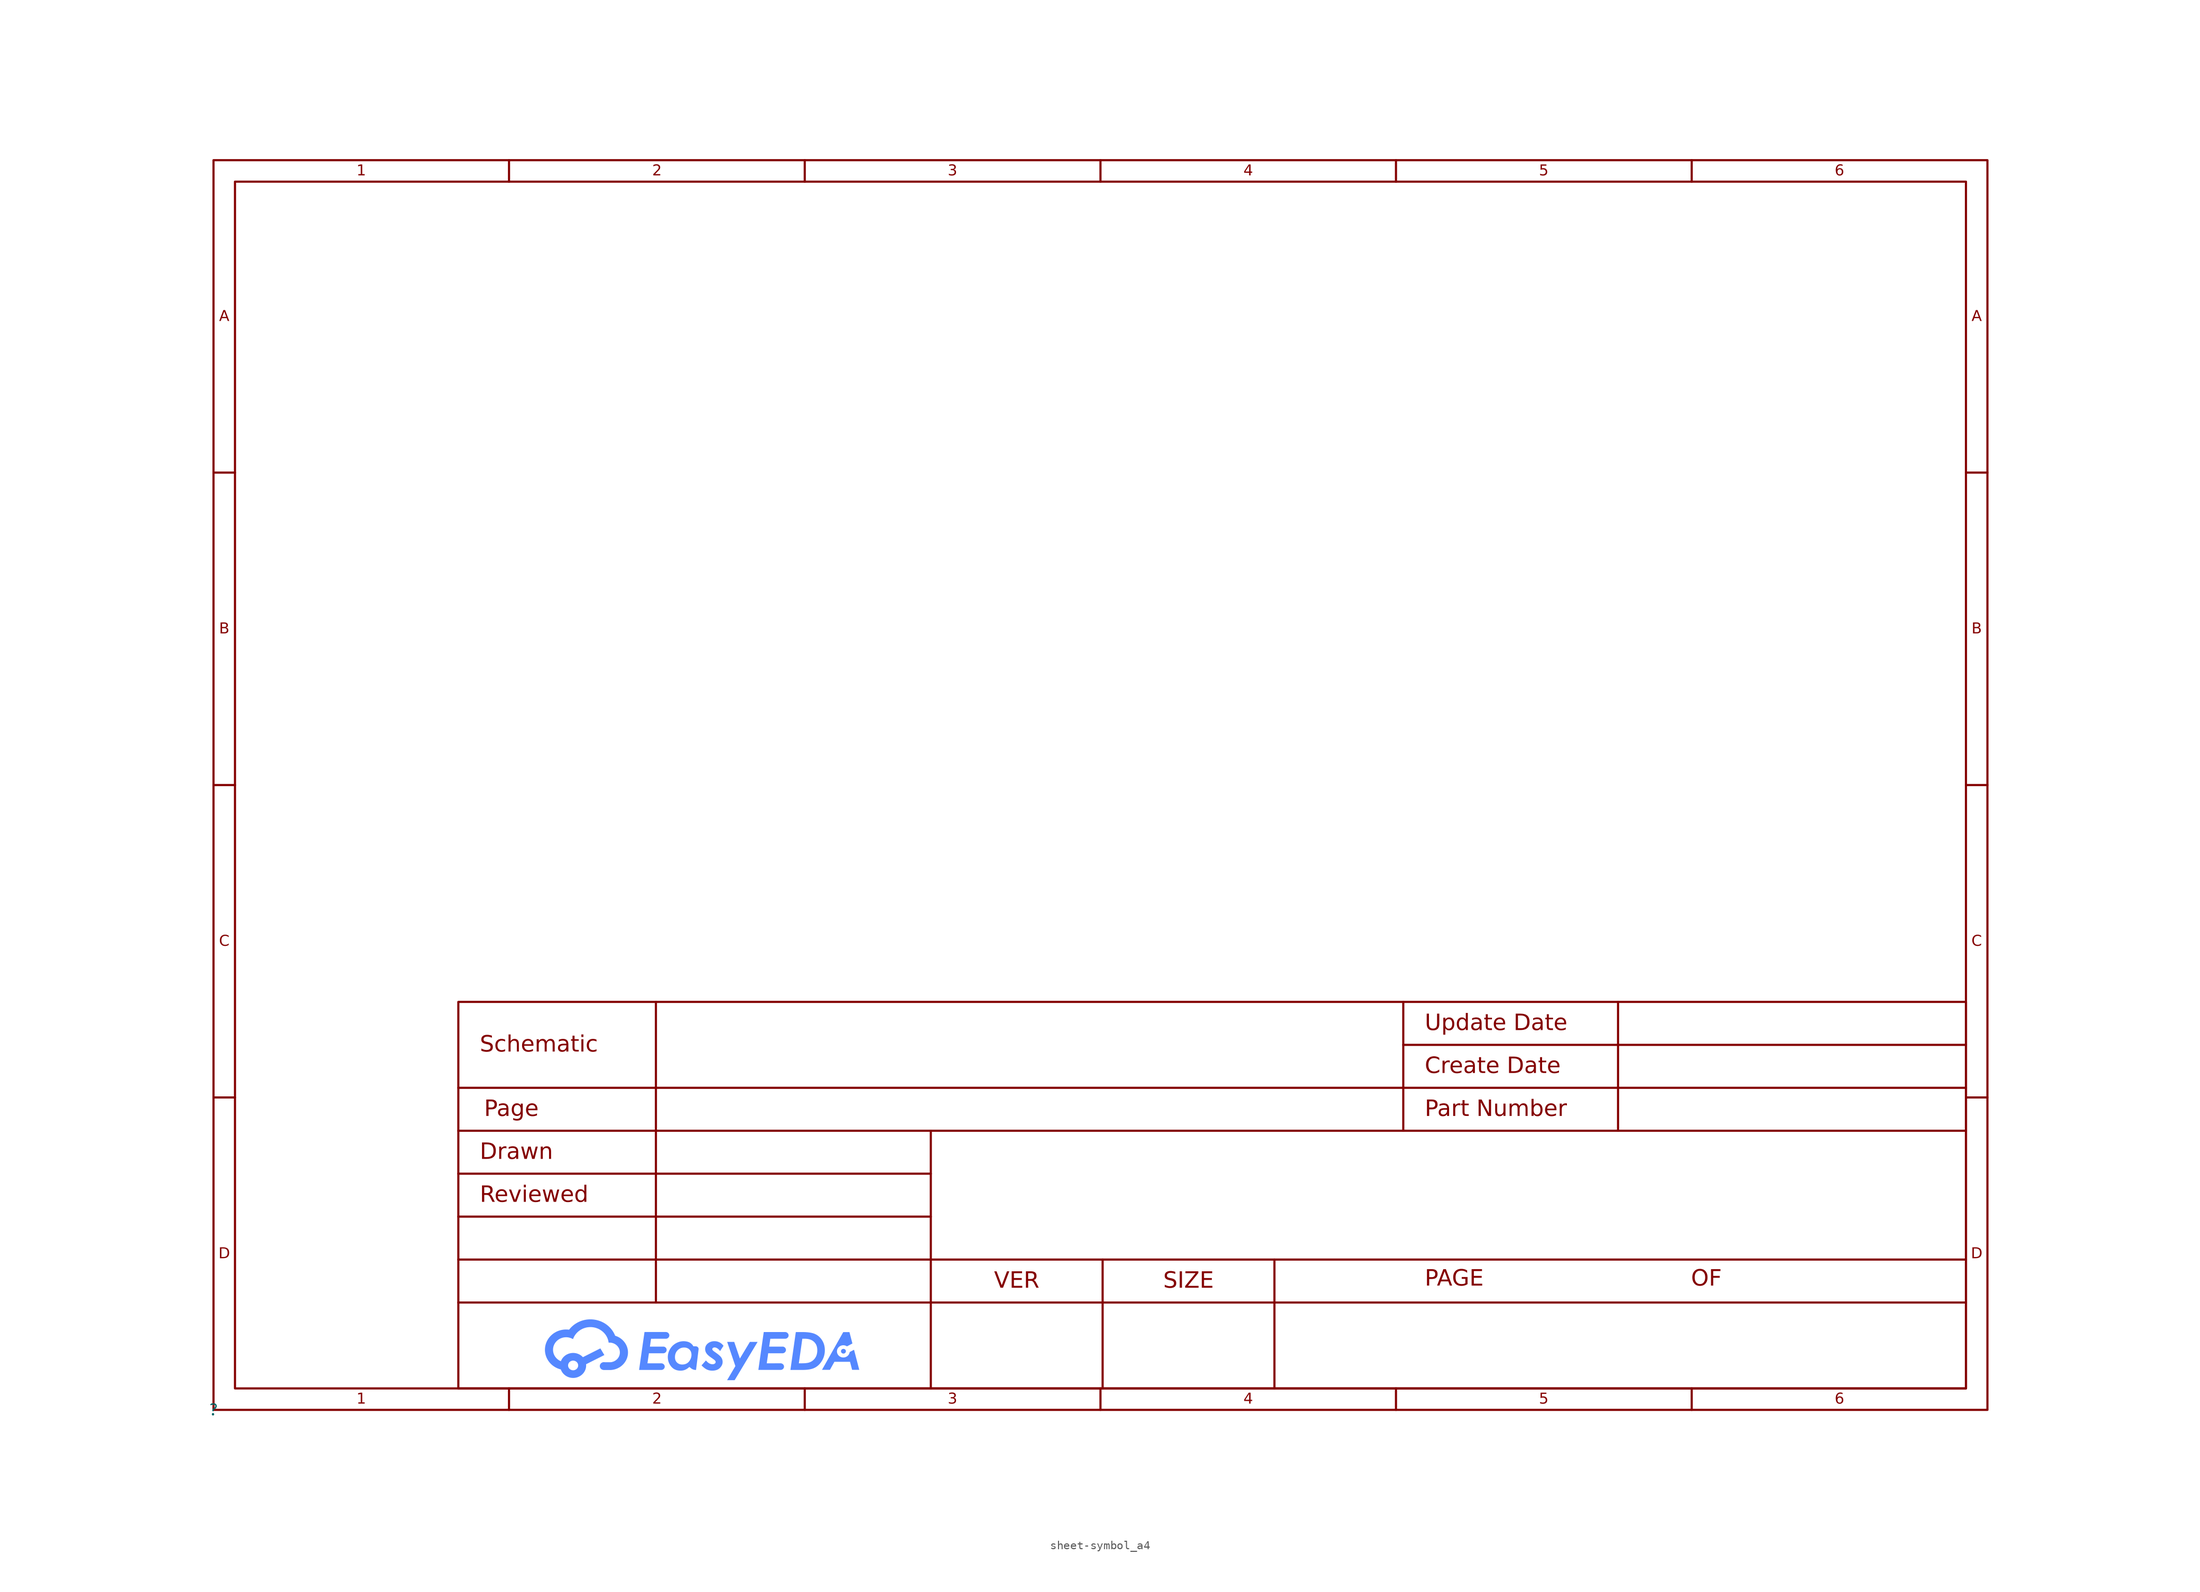
<source format=kicad_sym>
(kicad_symbol_lib
  (version 20231120)
  (generator "kicad_symbol_editor")
  (generator_version "8.0")
  (symbol "sheet-symbol_a4"
    (property "Reference" ""
      (at 0 0 0)
      (effects (font (size 1.27 1.27))))
    (property "Value" ""
      (at 0 0 0)
      (effects (font (size 1.27 1.27))))
    (symbol "sheet-symbol_a4_0_0"
      (polyline (pts (xy 62.256 6.075) (xy 63.437 8.041) (xy 64.351 8.041) (xy 61.637 3.514) (xy 60.742 3.514) (xy 61.723 5.179) (xy 60.751 8.041) (xy 61.584 8.041) (xy 62.256 6.075)) (stroke (width -0.0001) (type solid)) (fill (type color) (color 85 136 255 1)))
      (polyline (pts (xy 75.563 7.856) (xy 74.919 7.515) (xy 74.896 7.529) (xy 74.872 7.543) (xy 74.848 7.556) (xy 74.823 7.569) (xy 74.798 7.58) (xy 74.772 7.591) (xy 74.745 7.601) (xy 74.719 7.61) (xy 74.691 7.617) (xy 74.663 7.624) (xy 74.635 7.63) (xy 74.606 7.635) (xy 74.578 7.639) (xy 74.548 7.642) (xy 74.519 7.644) (xy 74.489 7.644) (xy 74.45 7.643) (xy 74.412 7.64) (xy 74.374 7.636) (xy 74.337 7.63) (xy 74.3 7.621) (xy 74.264 7.612) (xy 74.23 7.6) (xy 74.195 7.587) (xy 74.162 7.573) (xy 74.129 7.557) (xy 74.098 7.54) (xy 74.067 7.521) (xy 74.038 7.501) (xy 74.009 7.479) (xy 73.982 7.456) (xy 73.956 7.433) (xy 73.931 7.407) (xy 73.907 7.381) (xy 73.885 7.354) (xy 73.864 7.325) (xy 73.844 7.296) (xy 73.826 7.266) (xy 73.809 7.235) (xy 73.794 7.203) (xy 73.781 7.17) (xy 73.769 7.136) (xy 73.759 7.102) (xy 73.75 7.067) (xy 73.744 7.031) (xy 73.739 6.995) (xy 73.736 6.958) (xy 73.735 6.921) (xy 73.736 6.884) (xy 73.739 6.847) (xy 73.744 6.811) (xy 73.75 6.776) (xy 73.759 6.74) (xy 73.769 6.706) (xy 73.781 6.673) (xy 73.794 6.64) (xy 73.809 6.608) (xy 73.826 6.577) (xy 73.844 6.546) (xy 73.864 6.517) (xy 73.885 6.489) (xy 73.907 6.461) (xy 73.931 6.435) (xy 73.956 6.41) (xy 73.982 6.386) (xy 74.009 6.363) (xy 74.038 6.342) (xy 74.067 6.322) (xy 74.098 6.303) (xy 74.129 6.285) (xy 74.162 6.269) (xy 74.195 6.255) (xy 74.23 6.242) (xy 74.264 6.231) (xy 74.3 6.221) (xy 74.337 6.213) (xy 74.374 6.207) (xy 74.412 6.202) (xy 74.45 6.199) (xy 74.489 6.198) (xy 74.525 6.199) (xy 74.56 6.202) (xy 74.595 6.205) (xy 74.63 6.211) (xy 74.664 6.218) (xy 74.698 6.226) (xy 74.73 6.236) (xy 74.763 6.247) (xy 74.794 6.26) (xy 74.825 6.274) (xy 74.855 6.289) (xy 74.884 6.306) (xy 74.912 6.323) (xy 74.94 6.342) (xy 74.966 6.362) (xy 74.992 6.383) (xy 75.017 6.405) (xy 75.04 6.428) (xy 75.063 6.452) (xy 75.084 6.477) (xy 75.104 6.503) (xy 75.123 6.53) (xy 75.141 6.558) (xy 75.157 6.586) (xy 75.172 6.615) (xy 75.186 6.645) (xy 75.198 6.676) (xy 75.209 6.707) (xy 75.219 6.739) (xy 75.226 6.772) (xy 75.233 6.805) (xy 75.237 6.839) (xy 75.756 7.113) (xy 76.375 4.737) (xy 75.528 4.737) (xy 75.282 5.687) (xy 73.435 5.687) (xy 72.905 4.737) (xy 71.965 4.737) (xy 74.477 9.199) (xy 75.214 9.199) (xy 75.563 7.856)) (stroke (width -0.0001) (type solid)) (fill (type color) (color 85 136 255 1)))
      (polyline (pts (xy 74.517 7.218) (xy 74.532 7.216) (xy 74.547 7.215) (xy 74.561 7.212) (xy 74.575 7.209) (xy 74.589 7.205) (xy 74.603 7.201) (xy 74.616 7.196) (xy 74.629 7.191) (xy 74.641 7.184) (xy 74.653 7.178) (xy 74.665 7.17) (xy 74.676 7.163) (xy 74.687 7.154) (xy 74.698 7.146) (xy 74.708 7.136) (xy 74.718 7.127) (xy 74.727 7.117) (xy 74.736 7.106) (xy 74.744 7.095) (xy 74.751 7.084) (xy 74.758 7.072) (xy 74.765 7.06) (xy 74.77 7.048) (xy 74.776 7.035) (xy 74.78 7.022) (xy 74.784 7.009) (xy 74.787 6.995) (xy 74.79 6.981) (xy 74.792 6.968) (xy 74.793 6.953) (xy 74.793 6.939) (xy 74.793 6.925) (xy 74.792 6.911) (xy 74.79 6.897) (xy 74.787 6.883) (xy 74.784 6.869) (xy 74.78 6.856) (xy 74.776 6.843) (xy 74.77 6.83) (xy 74.765 6.818) (xy 74.758 6.806) (xy 74.751 6.795) (xy 74.744 6.783) (xy 74.736 6.772) (xy 74.727 6.762) (xy 74.718 6.752) (xy 74.708 6.742) (xy 74.698 6.733) (xy 74.687 6.724) (xy 74.676 6.716) (xy 74.665 6.708) (xy 74.653 6.701) (xy 74.641 6.694) (xy 74.629 6.688) (xy 74.616 6.682) (xy 74.603 6.677) (xy 74.589 6.673) (xy 74.575 6.669) (xy 74.561 6.666) (xy 74.547 6.663) (xy 74.532 6.662) (xy 74.517 6.66) (xy 74.502 6.66) (xy 74.488 6.66) (xy 74.473 6.662) (xy 74.458 6.663) (xy 74.444 6.666) (xy 74.43 6.669) (xy 74.416 6.673) (xy 74.403 6.677) (xy 74.389 6.682) (xy 74.376 6.688) (xy 74.364 6.694) (xy 74.352 6.701) (xy 74.34 6.708) (xy 74.329 6.716) (xy 74.318 6.724) (xy 74.307 6.733) (xy 74.297 6.742) (xy 74.287 6.752) (xy 74.278 6.762) (xy 74.27 6.772) (xy 74.261 6.783) (xy 74.254 6.795) (xy 74.247 6.806) (xy 74.24 6.818) (xy 74.235 6.83) (xy 74.23 6.843) (xy 74.225 6.856) (xy 74.221 6.869) (xy 74.218 6.883) (xy 74.215 6.897) (xy 74.213 6.911) (xy 74.212 6.925) (xy 74.212 6.939) (xy 74.212 6.953) (xy 74.213 6.968) (xy 74.215 6.981) (xy 74.218 6.995) (xy 74.221 7.009) (xy 74.225 7.022) (xy 74.23 7.035) (xy 74.235 7.048) (xy 74.24 7.06) (xy 74.247 7.072) (xy 74.254 7.084) (xy 74.261 7.095) (xy 74.27 7.106) (xy 74.278 7.117) (xy 74.287 7.127) (xy 74.297 7.136) (xy 74.307 7.146) (xy 74.318 7.154) (xy 74.329 7.163) (xy 74.34 7.17) (xy 74.352 7.178) (xy 74.364 7.184) (xy 74.376 7.191) (xy 74.389 7.196) (xy 74.403 7.201) (xy 74.416 7.205) (xy 74.43 7.209) (xy 74.444 7.212) (xy 74.458 7.215) (xy 74.473 7.216) (xy 74.488 7.218) (xy 74.502 7.218) (xy 74.517 7.218)) (stroke (width -0.0001) (type solid)) (fill (type color) (color 85 136 255 1)))
      (polyline (pts (xy 69.738 9.205) (xy 69.862 9.202) (xy 69.981 9.198) (xy 70.097 9.191) (xy 70.209 9.183) (xy 70.316 9.173) (xy 70.419 9.161) (xy 70.517 9.147) (xy 70.612 9.132) (xy 70.702 9.114) (xy 70.789 9.095) (xy 70.871 9.073) (xy 70.949 9.05) (xy 71.023 9.025) (xy 71.093 8.998) (xy 71.158 8.97) (xy 71.221 8.939) (xy 71.283 8.907) (xy 71.343 8.872) (xy 71.401 8.835) (xy 71.458 8.796) (xy 71.513 8.755) (xy 71.567 8.712) (xy 71.619 8.667) (xy 71.67 8.62) (xy 71.719 8.57) (xy 71.767 8.518) (xy 71.813 8.465) (xy 71.858 8.409) (xy 71.902 8.351) (xy 71.944 8.291) (xy 71.984 8.229) (xy 72.022 8.165) (xy 72.058 8.1) (xy 72.092 8.034) (xy 72.123 7.966) (xy 72.152 7.897) (xy 72.178 7.827) (xy 72.201 7.756) (xy 72.223 7.684) (xy 72.241 7.61) (xy 72.257 7.535) (xy 72.271 7.459) (xy 72.282 7.382) (xy 72.291 7.304) (xy 72.297 7.224) (xy 72.301 7.144) (xy 72.302 7.062) (xy 72.301 6.977) (xy 72.297 6.894) (xy 72.291 6.811) (xy 72.282 6.729) (xy 72.27 6.648) (xy 72.255 6.568) (xy 72.238 6.489) (xy 72.219 6.41) (xy 72.196 6.333) (xy 72.171 6.256) (xy 72.144 6.181) (xy 72.113 6.106) (xy 72.08 6.032) (xy 72.045 5.958) (xy 72.006 5.886) (xy 71.965 5.814) (xy 71.922 5.745) (xy 71.878 5.678) (xy 71.832 5.613) (xy 71.785 5.551) (xy 71.736 5.49) (xy 71.686 5.433) (xy 71.635 5.377) (xy 71.582 5.324) (xy 71.528 5.274) (xy 71.473 5.226) (xy 71.416 5.18) (xy 71.358 5.136) (xy 71.298 5.095) (xy 71.237 5.057) (xy 71.175 5.021) (xy 71.112 4.987) (xy 71.046 4.955) (xy 70.977 4.926) (xy 70.905 4.898) (xy 70.83 4.872) (xy 70.752 4.849) (xy 70.67 4.828) (xy 70.586 4.808) (xy 70.498 4.791) (xy 70.407 4.776) (xy 70.313 4.762) (xy 70.216 4.751) (xy 70.116 4.742) (xy 70.013 4.735) (xy 69.906 4.73) (xy 69.797 4.727) (xy 69.684 4.726) (xy 68.233 4.726) (xy 68.344 5.509) (xy 69.228 5.509) (xy 69.516 5.509) (xy 69.677 5.511) (xy 69.826 5.516) (xy 69.897 5.519) (xy 69.964 5.524) (xy 70.029 5.529) (xy 70.091 5.536) (xy 70.149 5.543) (xy 70.205 5.551) (xy 70.259 5.559) (xy 70.309 5.569) (xy 70.356 5.58) (xy 70.401 5.591) (xy 70.443 5.603) (xy 70.482 5.616) (xy 70.533 5.636) (xy 70.584 5.657) (xy 70.633 5.68) (xy 70.68 5.705) (xy 70.727 5.731) (xy 70.772 5.76) (xy 70.816 5.79) (xy 70.859 5.822) (xy 70.9 5.855) (xy 70.94 5.89) (xy 70.979 5.927) (xy 71.016 5.965) (xy 71.052 6.005) (xy 71.088 6.047) (xy 71.121 6.091) (xy 71.154 6.136) (xy 71.184 6.183) (xy 71.213 6.231) (xy 71.24 6.28) (xy 71.265 6.331) (xy 71.288 6.383) (xy 71.309 6.437) (xy 71.328 6.492) (xy 71.344 6.548) (xy 71.359 6.606) (xy 71.372 6.665) (xy 71.383 6.725) (xy 71.392 6.787) (xy 71.4 6.85) (xy 71.405 6.914) (xy 71.408 6.979) (xy 71.409 7.046) (xy 71.409 7.101) (xy 71.407 7.155) (xy 71.403 7.208) (xy 71.398 7.26) (xy 71.392 7.31) (xy 71.384 7.359) (xy 71.375 7.408) (xy 71.364 7.455) (xy 71.353 7.501) (xy 71.339 7.546) (xy 71.325 7.589) (xy 71.308 7.632) (xy 71.291 7.673) (xy 71.272 7.714) (xy 71.252 7.753) (xy 71.23 7.791) (xy 71.207 7.829) (xy 71.183 7.865) (xy 71.157 7.899) (xy 71.131 7.933) (xy 71.103 7.966) (xy 71.075 7.998) (xy 71.045 8.028) (xy 71.014 8.058) (xy 70.982 8.086) (xy 70.949 8.114) (xy 70.914 8.14) (xy 70.879 8.165) (xy 70.842 8.189) (xy 70.805 8.213) (xy 70.766 8.235) (xy 70.726 8.256) (xy 70.684 8.275) (xy 70.641 8.294) (xy 70.597 8.311) (xy 70.55 8.327) (xy 70.502 8.342) (xy 70.452 8.355) (xy 70.4 8.367) (xy 70.347 8.378) (xy 70.292 8.387) (xy 70.236 8.396) (xy 70.177 8.403) (xy 70.118 8.408) (xy 70.056 8.413) (xy 69.992 8.416) (xy 69.927 8.418) (xy 69.861 8.418) (xy 69.64 8.418) (xy 69.228 5.509) (xy 68.344 5.509) (xy 68.87 9.206) (xy 69.609 9.206) (xy 69.738 9.205)) (stroke (width -0.0001) (type solid)) (fill (type color) (color 85 136 255 1)))
      (polyline (pts (xy 53.517 9.21) (xy 53.538 9.209) (xy 53.558 9.206) (xy 53.579 9.203) (xy 53.599 9.198) (xy 53.618 9.193) (xy 53.638 9.186) (xy 53.656 9.179) (xy 53.675 9.171) (xy 53.692 9.162) (xy 53.71 9.153) (xy 53.727 9.143) (xy 53.743 9.132) (xy 53.758 9.12) (xy 53.773 9.107) (xy 53.788 9.094) (xy 53.802 9.08) (xy 53.815 9.066) (xy 53.827 9.051) (xy 53.839 9.035) (xy 53.849 9.019) (xy 53.859 9.002) (xy 53.868 8.985) (xy 53.877 8.968) (xy 53.884 8.95) (xy 53.891 8.931) (xy 53.896 8.912) (xy 53.901 8.893) (xy 53.905 8.874) (xy 53.907 8.854) (xy 53.909 8.834) (xy 53.909 8.813) (xy 53.909 8.793) (xy 53.907 8.773) (xy 53.905 8.753) (xy 53.901 8.733) (xy 53.896 8.714) (xy 53.891 8.695) (xy 53.884 8.677) (xy 53.877 8.659) (xy 53.868 8.642) (xy 53.859 8.624) (xy 53.849 8.608) (xy 53.839 8.592) (xy 53.827 8.576) (xy 53.815 8.561) (xy 53.802 8.547) (xy 53.788 8.533) (xy 53.773 8.52) (xy 53.758 8.507) (xy 53.743 8.495) (xy 53.727 8.484) (xy 53.71 8.474) (xy 53.692 8.464) (xy 53.675 8.456) (xy 53.656 8.447) (xy 53.638 8.44) (xy 53.618 8.434) (xy 53.599 8.429) (xy 53.579 8.424) (xy 53.558 8.421) (xy 53.538 8.418) (xy 53.517 8.417) (xy 53.495 8.416) (xy 51.749 8.414) (xy 51.614 7.484) (xy 53.251 7.484) (xy 53.269 7.48) (xy 53.287 7.476) (xy 53.305 7.471) (xy 53.322 7.466) (xy 53.339 7.46) (xy 53.355 7.453) (xy 53.372 7.445) (xy 53.387 7.437) (xy 53.403 7.428) (xy 53.417 7.419) (xy 53.432 7.409) (xy 53.446 7.398) (xy 53.459 7.387) (xy 53.472 7.375) (xy 53.484 7.363) (xy 53.496 7.35) (xy 53.507 7.337) (xy 53.518 7.323) (xy 53.528 7.309) (xy 53.537 7.294) (xy 53.545 7.279) (xy 53.553 7.264) (xy 53.561 7.248) (xy 53.567 7.232) (xy 53.573 7.215) (xy 53.578 7.198) (xy 53.582 7.181) (xy 53.586 7.163) (xy 53.588 7.146) (xy 53.59 7.128) (xy 53.591 7.109) (xy 53.591 7.091) (xy 53.59 7.07) (xy 53.589 7.05) (xy 53.586 7.03) (xy 53.582 7.011) (xy 53.578 6.992) (xy 53.572 6.973) (xy 53.566 6.955) (xy 53.558 6.936) (xy 53.55 6.919) (xy 53.541 6.902) (xy 53.531 6.885) (xy 53.52 6.869) (xy 53.508 6.854) (xy 53.496 6.838) (xy 53.483 6.824) (xy 53.469 6.81) (xy 53.455 6.797) (xy 53.44 6.785) (xy 53.424 6.773) (xy 53.408 6.762) (xy 53.391 6.751) (xy 53.374 6.742) (xy 53.356 6.733) (xy 53.338 6.725) (xy 53.319 6.718) (xy 53.3 6.712) (xy 53.28 6.706) (xy 53.26 6.702) (xy 53.24 6.698) (xy 53.219 6.696) (xy 53.198 6.694) (xy 53.177 6.694) (xy 51.495 6.696) (xy 51.323 5.507) (xy 52.956 5.509) (xy 52.977 5.508) (xy 52.998 5.507) (xy 53.018 5.504) (xy 53.038 5.501) (xy 53.058 5.496) (xy 53.077 5.491) (xy 53.096 5.485) (xy 53.115 5.478) (xy 53.133 5.47) (xy 53.151 5.461) (xy 53.168 5.452) (xy 53.184 5.442) (xy 53.201 5.431) (xy 53.216 5.419) (xy 53.231 5.407) (xy 53.245 5.394) (xy 53.259 5.38) (xy 53.272 5.366) (xy 53.284 5.351) (xy 53.295 5.335) (xy 53.306 5.319) (xy 53.316 5.303) (xy 53.325 5.286) (xy 53.333 5.269) (xy 53.34 5.251) (xy 53.347 5.233) (xy 53.352 5.214) (xy 53.357 5.195) (xy 53.361 5.176) (xy 53.363 5.156) (xy 53.365 5.136) (xy 53.365 5.116) (xy 53.365 5.096) (xy 53.363 5.077) (xy 53.361 5.058) (xy 53.357 5.039) (xy 53.353 5.02) (xy 53.347 5.002) (xy 53.341 4.984) (xy 53.334 4.966) (xy 53.326 4.949) (xy 53.317 4.933) (xy 53.307 4.916) (xy 53.297 4.901) (xy 53.286 4.885) (xy 53.274 4.871) (xy 53.261 4.856) (xy 53.248 4.843) (xy 53.234 4.83) (xy 53.22 4.818) (xy 53.205 4.806) (xy 53.189 4.795) (xy 53.173 4.785) (xy 53.156 4.775) (xy 53.139 4.767) (xy 53.121 4.759) (xy 53.103 4.752) (xy 53.084 4.745) (xy 53.065 4.74) (xy 53.046 4.735) (xy 53.026 4.731) (xy 53.006 4.728) (xy 52.986 4.726) (xy 52.965 4.726) (xy 50.333 4.726) (xy 50.974 9.211) (xy 53.495 9.211) (xy 53.517 9.21)) (stroke (width -0.0001) (type solid)) (fill (type color) (color 85 136 255 1)))
      (polyline (pts (xy 67.619 9.208) (xy 67.64 9.206) (xy 67.661 9.204) (xy 67.682 9.2) (xy 67.702 9.196) (xy 67.722 9.19) (xy 67.741 9.184) (xy 67.76 9.177) (xy 67.778 9.169) (xy 67.796 9.16) (xy 67.813 9.151) (xy 67.83 9.14) (xy 67.847 9.129) (xy 67.862 9.118) (xy 67.877 9.105) (xy 67.892 9.092) (xy 67.906 9.078) (xy 67.919 9.064) (xy 67.931 9.049) (xy 67.943 9.034) (xy 67.954 9.017) (xy 67.964 9.001) (xy 67.973 8.984) (xy 67.981 8.966) (xy 67.989 8.948) (xy 67.996 8.93) (xy 68.002 8.912) (xy 68.007 8.893) (xy 68.01 8.873) (xy 68.013 8.854) (xy 68.016 8.834) (xy 68.016 8.813) (xy 68.016 8.793) (xy 68.014 8.773) (xy 68.012 8.753) (xy 68.008 8.733) (xy 68.003 8.714) (xy 67.998 8.695) (xy 67.991 8.677) (xy 67.984 8.659) (xy 67.975 8.642) (xy 67.966 8.624) (xy 67.956 8.608) (xy 67.946 8.592) (xy 67.934 8.576) (xy 67.922 8.561) (xy 67.909 8.547) (xy 67.895 8.533) (xy 67.881 8.52) (xy 67.865 8.507) (xy 67.85 8.495) (xy 67.834 8.484) (xy 67.817 8.474) (xy 67.799 8.464) (xy 67.782 8.456) (xy 67.763 8.447) (xy 67.745 8.44) (xy 67.725 8.434) (xy 67.706 8.429) (xy 67.686 8.424) (xy 67.665 8.421) (xy 67.645 8.418) (xy 67.624 8.417) (xy 67.603 8.416) (xy 65.856 8.414) (xy 65.721 7.484) (xy 67.358 7.484) (xy 67.376 7.48) (xy 67.394 7.476) (xy 67.412 7.471) (xy 67.429 7.466) (xy 67.446 7.46) (xy 67.463 7.453) (xy 67.479 7.445) (xy 67.495 7.437) (xy 67.51 7.428) (xy 67.525 7.419) (xy 67.539 7.409) (xy 67.553 7.398) (xy 67.567 7.387) (xy 67.579 7.375) (xy 67.592 7.363) (xy 67.604 7.35) (xy 67.615 7.337) (xy 67.626 7.323) (xy 67.636 7.309) (xy 67.645 7.295) (xy 67.654 7.28) (xy 67.662 7.264) (xy 67.669 7.249) (xy 67.676 7.232) (xy 67.682 7.216) (xy 67.688 7.199) (xy 67.692 7.182) (xy 67.696 7.165) (xy 67.699 7.147) (xy 67.701 7.129) (xy 67.702 7.111) (xy 67.703 7.093) (xy 67.702 7.073) (xy 67.7 7.053) (xy 67.698 7.033) (xy 67.694 7.013) (xy 67.689 6.994) (xy 67.684 6.975) (xy 67.677 6.957) (xy 67.67 6.939) (xy 67.662 6.921) (xy 67.652 6.904) (xy 67.642 6.887) (xy 67.632 6.871) (xy 67.62 6.856) (xy 67.608 6.841) (xy 67.595 6.826) (xy 67.581 6.812) (xy 67.567 6.799) (xy 67.552 6.787) (xy 67.536 6.775) (xy 67.52 6.764) (xy 67.503 6.753) (xy 67.486 6.744) (xy 67.468 6.735) (xy 67.449 6.727) (xy 67.431 6.72) (xy 67.411 6.714) (xy 67.392 6.708) (xy 67.372 6.704) (xy 67.351 6.7) (xy 67.331 6.698) (xy 67.31 6.696) (xy 67.288 6.696) (xy 65.605 6.698) (xy 65.433 5.509) (xy 67.065 5.511) (xy 67.086 5.511) (xy 67.107 5.509) (xy 67.127 5.506) (xy 67.148 5.503) (xy 67.167 5.499) (xy 67.187 5.493) (xy 67.206 5.487) (xy 67.224 5.48) (xy 67.243 5.472) (xy 67.26 5.463) (xy 67.277 5.454) (xy 67.294 5.444) (xy 67.31 5.433) (xy 67.325 5.421) (xy 67.34 5.409) (xy 67.355 5.396) (xy 67.368 5.382) (xy 67.381 5.368) (xy 67.393 5.353) (xy 67.405 5.338) (xy 67.415 5.322) (xy 67.425 5.305) (xy 67.434 5.288) (xy 67.442 5.271) (xy 67.45 5.253) (xy 67.456 5.235) (xy 67.462 5.216) (xy 67.466 5.197) (xy 67.47 5.178) (xy 67.472 5.158) (xy 67.474 5.138) (xy 67.475 5.118) (xy 67.474 5.098) (xy 67.472 5.079) (xy 67.47 5.06) (xy 67.466 5.041) (xy 67.462 5.022) (xy 67.457 5.004) (xy 67.45 4.986) (xy 67.443 4.968) (xy 67.435 4.951) (xy 67.426 4.935) (xy 67.417 4.918) (xy 67.406 4.903) (xy 67.395 4.888) (xy 67.383 4.873) (xy 67.371 4.859) (xy 67.357 4.845) (xy 67.344 4.832) (xy 67.329 4.82) (xy 67.314 4.808) (xy 67.298 4.797) (xy 67.282 4.787) (xy 67.265 4.778) (xy 67.248 4.769) (xy 67.23 4.761) (xy 67.212 4.754) (xy 67.194 4.747) (xy 67.175 4.742) (xy 67.155 4.737) (xy 67.135 4.733) (xy 67.115 4.731) (xy 67.095 4.729) (xy 67.075 4.728) (xy 64.44 4.728) (xy 65.077 9.208) (xy 67.598 9.208) (xy 67.619 9.208)) (stroke (width -0.0001) (type solid)) (fill (type color) (color 85 136 255 1)))
      (polyline (pts (xy 55.641 8.123) (xy 55.683 8.122) (xy 55.727 8.119) (xy 55.771 8.115) (xy 55.816 8.11) (xy 55.862 8.104) (xy 55.907 8.097) (xy 55.953 8.089) (xy 55.998 8.079) (xy 56.043 8.069) (xy 56.086 8.057) (xy 56.129 8.045) (xy 56.17 8.031) (xy 56.209 8.016) (xy 56.246 8) (xy 56.282 7.983) (xy 56.315 7.965) (xy 56.347 7.946) (xy 56.379 7.926) (xy 56.41 7.905) (xy 56.441 7.883) (xy 56.47 7.86) (xy 56.499 7.836) (xy 56.527 7.811) (xy 56.555 7.785) (xy 56.582 7.757) (xy 56.608 7.729) (xy 56.633 7.7) (xy 56.658 7.67) (xy 56.682 7.638) (xy 56.705 7.606) (xy 56.728 7.573) (xy 56.758 7.519) (xy 57.049 7.519) (xy 57.066 7.519) (xy 57.082 7.517) (xy 57.098 7.515) (xy 57.114 7.512) (xy 57.13 7.509) (xy 57.145 7.504) (xy 57.16 7.499) (xy 57.175 7.494) (xy 57.189 7.487) (xy 57.203 7.48) (xy 57.217 7.473) (xy 57.23 7.465) (xy 57.243 7.456) (xy 57.255 7.447) (xy 57.267 7.437) (xy 57.278 7.427) (xy 57.288 7.416) (xy 57.299 7.404) (xy 57.308 7.393) (xy 57.317 7.381) (xy 57.325 7.368) (xy 57.333 7.355) (xy 57.34 7.342) (xy 57.347 7.328) (xy 57.353 7.314) (xy 57.358 7.299) (xy 57.362 7.285) (xy 57.366 7.269) (xy 57.368 7.254) (xy 57.37 7.239) (xy 57.372 7.223) (xy 57.372 7.207) (xy 57.377 7.207) (xy 57.081 4.822) (xy 57.07 4.726) (xy 56.986 4.726) (xy 56.952 4.728) (xy 56.919 4.732) (xy 56.886 4.737) (xy 56.853 4.744) (xy 56.821 4.751) (xy 56.789 4.76) (xy 56.758 4.77) (xy 56.727 4.78) (xy 56.697 4.793) (xy 56.667 4.806) (xy 56.638 4.819) (xy 56.609 4.835) (xy 56.582 4.851) (xy 56.554 4.867) (xy 56.528 4.885) (xy 56.502 4.904) (xy 56.5 4.906) (xy 56.492 4.911) (xy 56.467 4.931) (xy 56.392 4.992) (xy 56.284 5.083) (xy 56.249 5.052) (xy 56.215 5.023) (xy 56.182 4.995) (xy 56.148 4.968) (xy 56.115 4.943) (xy 56.082 4.918) (xy 56.049 4.895) (xy 56.017 4.873) (xy 55.985 4.852) (xy 55.953 4.833) (xy 55.921 4.814) (xy 55.89 4.797) (xy 55.859 4.781) (xy 55.828 4.766) (xy 55.798 4.752) (xy 55.767 4.739) (xy 55.737 4.727) (xy 55.706 4.715) (xy 55.675 4.705) (xy 55.644 4.695) (xy 55.612 4.686) (xy 55.579 4.678) (xy 55.546 4.671) (xy 55.513 4.665) (xy 55.479 4.659) (xy 55.444 4.654) (xy 55.409 4.65) (xy 55.374 4.647) (xy 55.338 4.644) (xy 55.302 4.642) (xy 55.265 4.641) (xy 55.228 4.641) (xy 55.143 4.643) (xy 55.061 4.648) (xy 54.98 4.658) (xy 54.902 4.671) (xy 54.826 4.688) (xy 54.752 4.709) (xy 54.68 4.733) (xy 54.611 4.762) (xy 54.544 4.794) (xy 54.479 4.83) (xy 54.416 4.869) (xy 54.355 4.913) (xy 54.297 4.96) (xy 54.241 5.011) (xy 54.187 5.066) (xy 54.135 5.125) (xy 54.086 5.186) (xy 54.04 5.249) (xy 53.998 5.312) (xy 53.958 5.377) (xy 53.922 5.443) (xy 53.888 5.511) (xy 53.858 5.579) (xy 53.831 5.649) (xy 53.808 5.72) (xy 53.787 5.792) (xy 53.77 5.866) (xy 53.756 5.941) (xy 53.745 6.016) (xy 53.737 6.094) (xy 53.732 6.172) (xy 53.731 6.232) (xy 54.577 6.232) (xy 54.578 6.184) (xy 54.581 6.137) (xy 54.585 6.091) (xy 54.592 6.047) (xy 54.6 6.003) (xy 54.61 5.961) (xy 54.622 5.92) (xy 54.636 5.881) (xy 54.652 5.842) (xy 54.67 5.804) (xy 54.69 5.768) (xy 54.711 5.733) (xy 54.735 5.699) (xy 54.76 5.667) (xy 54.787 5.635) (xy 54.816 5.605) (xy 54.847 5.576) (xy 54.879 5.548) (xy 54.911 5.523) (xy 54.945 5.5) (xy 54.98 5.478) (xy 55.016 5.459) (xy 55.053 5.441) (xy 55.09 5.425) (xy 55.13 5.411) (xy 55.17 5.399) (xy 55.211 5.389) (xy 55.253 5.381) (xy 55.296 5.374) (xy 55.341 5.37) (xy 55.386 5.367) (xy 55.433 5.366) (xy 55.472 5.367) (xy 55.51 5.368) (xy 55.547 5.371) (xy 55.584 5.374) (xy 55.621 5.379) (xy 55.657 5.385) (xy 55.691 5.392) (xy 55.726 5.399) (xy 55.76 5.408) (xy 55.793 5.418) (xy 55.825 5.429) (xy 55.858 5.441) (xy 55.889 5.454) (xy 55.919 5.468) (xy 55.95 5.484) (xy 55.979 5.5) (xy 56.008 5.517) (xy 56.036 5.536) (xy 56.064 5.556) (xy 56.091 5.576) (xy 56.118 5.598) (xy 56.144 5.622) (xy 56.169 5.646) (xy 56.194 5.672) (xy 56.218 5.699) (xy 56.241 5.727) (xy 56.264 5.756) (xy 56.287 5.786) (xy 56.308 5.818) (xy 56.329 5.851) (xy 56.35 5.884) (xy 56.37 5.919) (xy 56.389 5.955) (xy 56.407 5.991) (xy 56.423 6.027) (xy 56.439 6.063) (xy 56.453 6.099) (xy 56.466 6.135) (xy 56.478 6.172) (xy 56.488 6.208) (xy 56.498 6.245) (xy 56.506 6.282) (xy 56.512 6.319) (xy 56.518 6.356) (xy 56.522 6.393) (xy 56.526 6.43) (xy 56.527 6.467) (xy 56.528 6.504) (xy 56.527 6.553) (xy 56.524 6.6) (xy 56.52 6.646) (xy 56.513 6.691) (xy 56.505 6.735) (xy 56.495 6.778) (xy 56.483 6.819) (xy 56.469 6.859) (xy 56.453 6.898) (xy 56.435 6.936) (xy 56.416 6.973) (xy 56.395 7.008) (xy 56.371 7.042) (xy 56.346 7.075) (xy 56.319 7.107) (xy 56.291 7.138) (xy 56.261 7.166) (xy 56.229 7.193) (xy 56.197 7.218) (xy 56.163 7.242) (xy 56.128 7.263) (xy 56.091 7.283) (xy 56.054 7.301) (xy 56.015 7.316) (xy 55.975 7.33) (xy 55.934 7.343) (xy 55.892 7.353) (xy 55.849 7.361) (xy 55.804 7.368) (xy 55.758 7.373) (xy 55.711 7.375) (xy 55.663 7.376) (xy 55.607 7.375) (xy 55.552 7.372) (xy 55.498 7.365) (xy 55.445 7.357) (xy 55.393 7.346) (xy 55.342 7.332) (xy 55.293 7.316) (xy 55.244 7.297) (xy 55.197 7.276) (xy 55.15 7.252) (xy 55.105 7.226) (xy 55.06 7.198) (xy 55.017 7.166) (xy 54.975 7.133) (xy 54.933 7.096) (xy 54.893 7.057) (xy 54.855 7.016) (xy 54.819 6.974) (xy 54.785 6.931) (xy 54.754 6.885) (xy 54.726 6.839) (xy 54.7 6.791) (xy 54.677 6.741) (xy 54.656 6.691) (xy 54.637 6.638) (xy 54.621 6.585) (xy 54.608 6.529) (xy 54.596 6.473) (xy 54.588 6.415) (xy 54.582 6.355) (xy 54.578 6.294) (xy 54.577 6.232) (xy 53.731 6.232) (xy 53.73 6.252) (xy 53.731 6.313) (xy 53.734 6.373) (xy 53.74 6.434) (xy 53.747 6.494) (xy 53.756 6.553) (xy 53.767 6.612) (xy 53.781 6.671) (xy 53.796 6.73) (xy 53.813 6.788) (xy 53.833 6.846) (xy 53.854 6.903) (xy 53.877 6.96) (xy 53.903 7.017) (xy 53.93 7.073) (xy 53.959 7.129) (xy 53.991 7.184) (xy 54.024 7.239) (xy 54.058 7.293) (xy 54.094 7.344) (xy 54.131 7.395) (xy 54.17 7.443) (xy 54.21 7.49) (xy 54.251 7.536) (xy 54.294 7.58) (xy 54.338 7.622) (xy 54.384 7.663) (xy 54.431 7.702) (xy 54.479 7.74) (xy 54.529 7.777) (xy 54.58 7.811) (xy 54.632 7.845) (xy 54.686 7.876) (xy 54.741 7.906) (xy 54.796 7.934) (xy 54.851 7.96) (xy 54.907 7.985) (xy 54.963 8.007) (xy 55.019 8.027) (xy 55.076 8.046) (xy 55.133 8.062) (xy 55.19 8.076) (xy 55.248 8.089) (xy 55.306 8.1) (xy 55.364 8.108) (xy 55.422 8.115) (xy 55.481 8.12) (xy 55.541 8.123) (xy 55.6 8.124) (xy 55.641 8.123)) (stroke (width -0.0001) (type solid)) (fill (type color) (color 85 136 255 1)))
      (polyline (pts (xy 59.288 8.126) (xy 59.327 8.124) (xy 59.366 8.121) (xy 59.404 8.117) (xy 59.442 8.112) (xy 59.48 8.106) (xy 59.518 8.099) (xy 59.556 8.091) (xy 59.593 8.081) (xy 59.63 8.071) (xy 59.667 8.059) (xy 59.703 8.046) (xy 59.739 8.032) (xy 59.776 8.017) (xy 59.811 8.001) (xy 59.847 7.983) (xy 59.882 7.965) (xy 59.916 7.946) (xy 59.949 7.925) (xy 59.982 7.904) (xy 60.014 7.882) (xy 60.045 7.859) (xy 60.075 7.835) (xy 60.105 7.81) (xy 60.134 7.784) (xy 60.162 7.757) (xy 60.19 7.729) (xy 60.217 7.701) (xy 60.243 7.671) (xy 60.268 7.641) (xy 60.292 7.609) (xy 60.316 7.577) (xy 59.912 6.955) (xy 59.892 6.982) (xy 59.872 7.009) (xy 59.852 7.035) (xy 59.832 7.059) (xy 59.812 7.083) (xy 59.792 7.106) (xy 59.772 7.128) (xy 59.751 7.149) (xy 59.731 7.169) (xy 59.71 7.188) (xy 59.689 7.206) (xy 59.668 7.223) (xy 59.648 7.24) (xy 59.626 7.255) (xy 59.605 7.269) (xy 59.584 7.283) (xy 59.563 7.295) (xy 59.541 7.307) (xy 59.52 7.318) (xy 59.5 7.328) (xy 59.479 7.338) (xy 59.459 7.346) (xy 59.438 7.354) (xy 59.418 7.361) (xy 59.398 7.367) (xy 59.378 7.373) (xy 59.359 7.377) (xy 59.339 7.381) (xy 59.32 7.384) (xy 59.301 7.386) (xy 59.282 7.387) (xy 59.263 7.388) (xy 59.249 7.387) (xy 59.235 7.387) (xy 59.222 7.386) (xy 59.209 7.384) (xy 59.196 7.382) (xy 59.183 7.379) (xy 59.171 7.376) (xy 59.159 7.372) (xy 59.147 7.369) (xy 59.135 7.364) (xy 59.123 7.359) (xy 59.112 7.354) (xy 59.101 7.348) (xy 59.09 7.341) (xy 59.08 7.335) (xy 59.07 7.327) (xy 59.06 7.32) (xy 59.051 7.312) (xy 59.042 7.304) (xy 59.035 7.296) (xy 59.027 7.288) (xy 59.021 7.28) (xy 59.015 7.272) (xy 59.009 7.263) (xy 59.005 7.255) (xy 59.001 7.246) (xy 58.997 7.237) (xy 58.995 7.229) (xy 58.993 7.219) (xy 58.991 7.21) (xy 58.991 7.201) (xy 58.991 7.191) (xy 58.991 7.182) (xy 58.992 7.173) (xy 58.993 7.164) (xy 58.995 7.154) (xy 58.997 7.145) (xy 59 7.136) (xy 59.003 7.127) (xy 59.007 7.118) (xy 59.011 7.108) (xy 59.015 7.099) (xy 59.02 7.09) (xy 59.026 7.081) (xy 59.032 7.072) (xy 59.039 7.062) (xy 59.046 7.053) (xy 59.054 7.044) (xy 59.062 7.034) (xy 59.072 7.023) (xy 59.099 6.999) (xy 59.133 6.97) (xy 59.174 6.937) (xy 59.224 6.899) (xy 59.281 6.857) (xy 59.346 6.811) (xy 59.419 6.761) (xy 59.478 6.719) (xy 59.536 6.678) (xy 59.59 6.638) (xy 59.642 6.599) (xy 59.691 6.561) (xy 59.738 6.523) (xy 59.782 6.486) (xy 59.823 6.45) (xy 59.862 6.414) (xy 59.898 6.379) (xy 59.932 6.345) (xy 59.963 6.312) (xy 59.991 6.28) (xy 60.017 6.248) (xy 60.04 6.217) (xy 60.061 6.187) (xy 60.079 6.157) (xy 60.097 6.126) (xy 60.113 6.096) (xy 60.128 6.064) (xy 60.142 6.033) (xy 60.154 6.001) (xy 60.166 5.97) (xy 60.176 5.937) (xy 60.185 5.905) (xy 60.193 5.872) (xy 60.199 5.838) (xy 60.205 5.805) (xy 60.209 5.771) (xy 60.212 5.737) (xy 60.214 5.702) (xy 60.214 5.667) (xy 60.213 5.621) (xy 60.209 5.576) (xy 60.203 5.53) (xy 60.194 5.485) (xy 60.183 5.441) (xy 60.17 5.396) (xy 60.154 5.352) (xy 60.135 5.308) (xy 60.114 5.264) (xy 60.091 5.221) (xy 60.065 5.178) (xy 60.036 5.136) (xy 60.006 5.093) (xy 59.972 5.051) (xy 59.936 5.01) (xy 59.898 4.969) (xy 59.857 4.929) (xy 59.814 4.892) (xy 59.769 4.857) (xy 59.722 4.825) (xy 59.672 4.796) (xy 59.62 4.769) (xy 59.566 4.745) (xy 59.51 4.723) (xy 59.452 4.704) (xy 59.391 4.687) (xy 59.329 4.673) (xy 59.264 4.661) (xy 59.197 4.652) (xy 59.127 4.646) (xy 59.055 4.642) (xy 58.981 4.641) (xy 58.939 4.641) (xy 58.896 4.643) (xy 58.854 4.646) (xy 58.812 4.649) (xy 58.771 4.654) (xy 58.731 4.66) (xy 58.69 4.666) (xy 58.651 4.674) (xy 58.611 4.683) (xy 58.573 4.693) (xy 58.535 4.704) (xy 58.497 4.716) (xy 58.46 4.729) (xy 58.423 4.743) (xy 58.387 4.758) (xy 58.351 4.775) (xy 58.316 4.792) (xy 58.28 4.812) (xy 58.243 4.833) (xy 58.206 4.856) (xy 58.168 4.88) (xy 58.13 4.907) (xy 58.091 4.935) (xy 58.052 4.965) (xy 58.012 4.997) (xy 57.971 5.03) (xy 57.931 5.065) (xy 57.889 5.102) (xy 57.847 5.14) (xy 57.805 5.18) (xy 57.719 5.266) (xy 58.242 5.85) (xy 58.287 5.795) (xy 58.332 5.744) (xy 58.378 5.697) (xy 58.424 5.653) (xy 58.471 5.612) (xy 58.519 5.575) (xy 58.566 5.542) (xy 58.615 5.512) (xy 58.664 5.486) (xy 58.713 5.463) (xy 58.763 5.443) (xy 58.814 5.428) (xy 58.865 5.415) (xy 58.916 5.407) (xy 58.968 5.401) (xy 59.021 5.399) (xy 59.042 5.4) (xy 59.062 5.401) (xy 59.081 5.402) (xy 59.1 5.404) (xy 59.119 5.407) (xy 59.137 5.411) (xy 59.154 5.415) (xy 59.171 5.419) (xy 59.188 5.425) (xy 59.204 5.43) (xy 59.219 5.437) (xy 59.234 5.444) (xy 59.248 5.451) (xy 59.262 5.46) (xy 59.276 5.468) (xy 59.288 5.478) (xy 59.301 5.488) (xy 59.312 5.498) (xy 59.323 5.508) (xy 59.333 5.519) (xy 59.342 5.53) (xy 59.35 5.541) (xy 59.357 5.552) (xy 59.364 5.564) (xy 59.37 5.575) (xy 59.375 5.587) (xy 59.379 5.599) (xy 59.382 5.611) (xy 59.385 5.624) (xy 59.387 5.636) (xy 59.388 5.649) (xy 59.389 5.663) (xy 59.388 5.674) (xy 59.387 5.684) (xy 59.386 5.695) (xy 59.384 5.706) (xy 59.381 5.717) (xy 59.378 5.728) (xy 59.374 5.739) (xy 59.369 5.75) (xy 59.364 5.761) (xy 59.358 5.772) (xy 59.352 5.783) (xy 59.345 5.794) (xy 59.338 5.805) (xy 59.33 5.816) (xy 59.321 5.828) (xy 59.312 5.839) (xy 59.301 5.851) (xy 59.288 5.864) (xy 59.257 5.893) (xy 59.217 5.927) (xy 59.169 5.965) (xy 59.113 6.007) (xy 59.048 6.054) (xy 58.976 6.105) (xy 58.895 6.16) (xy 58.848 6.194) (xy 58.801 6.226) (xy 58.757 6.258) (xy 58.715 6.29) (xy 58.675 6.32) (xy 58.636 6.351) (xy 58.599 6.38) (xy 58.564 6.409) (xy 58.531 6.438) (xy 58.5 6.466) (xy 58.471 6.493) (xy 58.444 6.52) (xy 58.418 6.546) (xy 58.395 6.571) (xy 58.373 6.596) (xy 58.354 6.62) (xy 58.328 6.654) (xy 58.305 6.687) (xy 58.282 6.722) (xy 58.262 6.756) (xy 58.243 6.79) (xy 58.226 6.825) (xy 58.211 6.861) (xy 58.197 6.896) (xy 58.184 6.931) (xy 58.174 6.967) (xy 58.165 7.003) (xy 58.157 7.04) (xy 58.152 7.076) (xy 58.148 7.113) (xy 58.145 7.15) (xy 58.144 7.187) (xy 58.146 7.238) (xy 58.149 7.288) (xy 58.156 7.337) (xy 58.165 7.385) (xy 58.176 7.432) (xy 58.19 7.477) (xy 58.207 7.521) (xy 58.226 7.564) (xy 58.248 7.606) (xy 58.272 7.647) (xy 58.299 7.686) (xy 58.329 7.725) (xy 58.361 7.762) (xy 58.395 7.797) (xy 58.432 7.832) (xy 58.472 7.865) (xy 58.514 7.897) (xy 58.556 7.926) (xy 58.6 7.954) (xy 58.644 7.979) (xy 58.689 8.003) (xy 58.736 8.024) (xy 58.783 8.043) (xy 58.831 8.061) (xy 58.88 8.076) (xy 58.93 8.089) (xy 58.981 8.101) (xy 59.033 8.11) (xy 59.086 8.117) (xy 59.139 8.122) (xy 59.194 8.125) (xy 59.249 8.126) (xy 59.288 8.126)) (stroke (width -0.0001) (type solid)) (fill (type color) (color 85 136 255 1)))
      (polyline (pts (xy 44.722 10.707) (xy 44.865 10.697) (xy 45.008 10.681) (xy 45.15 10.659) (xy 45.29 10.631) (xy 45.428 10.597) (xy 45.564 10.557) (xy 45.698 10.511) (xy 45.83 10.459) (xy 45.959 10.402) (xy 46.086 10.338) (xy 46.209 10.27) (xy 46.33 10.195) (xy 46.447 10.116) (xy 46.56 10.03) (xy 46.67 9.94) (xy 46.739 9.879) (xy 46.806 9.815) (xy 46.871 9.75) (xy 46.933 9.684) (xy 46.994 9.616) (xy 47.052 9.546) (xy 47.108 9.475) (xy 47.161 9.402) (xy 47.212 9.328) (xy 47.261 9.252) (xy 47.307 9.175) (xy 47.351 9.097) (xy 47.393 9.018) (xy 47.432 8.938) (xy 47.468 8.856) (xy 47.502 8.773) (xy 47.664 8.717) (xy 47.82 8.65) (xy 47.969 8.571) (xy 48.111 8.482) (xy 48.244 8.383) (xy 48.369 8.274) (xy 48.485 8.156) (xy 48.591 8.03) (xy 48.687 7.897) (xy 48.772 7.756) (xy 48.846 7.609) (xy 48.907 7.456) (xy 48.956 7.297) (xy 48.992 7.133) (xy 49.005 7.05) (xy 49.014 6.966) (xy 49.019 6.88) (xy 49.021 6.794) (xy 49.019 6.696) (xy 49.011 6.599) (xy 49 6.502) (xy 48.983 6.407) (xy 48.962 6.312) (xy 48.937 6.219) (xy 48.907 6.127) (xy 48.872 6.037) (xy 48.834 5.948) (xy 48.791 5.861) (xy 48.744 5.776) (xy 48.692 5.693) (xy 48.637 5.612) (xy 48.577 5.534) (xy 48.514 5.457) (xy 48.447 5.384) (xy 48.376 5.314) (xy 48.303 5.247) (xy 48.227 5.184) (xy 48.148 5.125) (xy 48.066 5.069) (xy 47.982 5.017) (xy 47.896 4.969) (xy 47.808 4.925) (xy 47.717 4.885) (xy 47.625 4.849) (xy 47.531 4.817) (xy 47.435 4.79) (xy 47.338 4.766) (xy 47.24 4.747) (xy 47.14 4.732) (xy 47.04 4.721) (xy 46.998 4.717) (xy 46.13 4.717) (xy 46.13 4.721) (xy 46.107 4.723) (xy 46.084 4.727) (xy 46.062 4.731) (xy 46.04 4.737) (xy 46.018 4.743) (xy 45.997 4.75) (xy 45.976 4.758) (xy 45.956 4.768) (xy 45.936 4.777) (xy 45.917 4.788) (xy 45.898 4.8) (xy 45.88 4.812) (xy 45.863 4.825) (xy 45.846 4.839) (xy 45.83 4.853) (xy 45.815 4.868) (xy 45.8 4.884) (xy 45.786 4.901) (xy 45.773 4.918) (xy 45.761 4.935) (xy 45.75 4.954) (xy 45.739 4.972) (xy 45.729 4.991) (xy 45.721 5.011) (xy 45.713 5.031) (xy 45.706 5.052) (xy 45.7 5.073) (xy 45.695 5.094) (xy 45.691 5.116) (xy 45.688 5.138) (xy 45.687 5.16) (xy 45.686 5.183) (xy 45.687 5.207) (xy 45.689 5.231) (xy 45.692 5.254) (xy 45.696 5.277) (xy 45.701 5.299) (xy 45.708 5.321) (xy 45.715 5.343) (xy 45.724 5.364) (xy 45.734 5.384) (xy 45.744 5.404) (xy 45.756 5.424) (xy 45.769 5.443) (xy 45.782 5.461) (xy 45.797 5.478) (xy 45.812 5.495) (xy 45.828 5.511) (xy 45.844 5.527) (xy 45.862 5.541) (xy 45.88 5.555) (xy 45.899 5.568) (xy 45.919 5.58) (xy 45.939 5.591) (xy 45.96 5.601) (xy 45.981 5.611) (xy 46.003 5.619) (xy 46.026 5.626) (xy 46.049 5.633) (xy 46.072 5.638) (xy 46.096 5.642) (xy 46.12 5.645) (xy 46.145 5.646) (xy 46.17 5.647) (xy 46.182 5.647) (xy 46.194 5.647) (xy 46.206 5.646) (xy 46.218 5.645) (xy 46.23 5.644) (xy 46.242 5.642) (xy 46.254 5.641) (xy 46.265 5.638) (xy 46.956 5.638) (xy 47.014 5.644) (xy 47.07 5.653) (xy 47.126 5.664) (xy 47.181 5.678) (xy 47.235 5.694) (xy 47.288 5.712) (xy 47.339 5.732) (xy 47.389 5.755) (xy 47.438 5.78) (xy 47.486 5.807) (xy 47.532 5.836) (xy 47.577 5.866) (xy 47.62 5.899) (xy 47.662 5.934) (xy 47.702 5.97) (xy 47.74 6.008) (xy 47.776 6.047) (xy 47.811 6.088) (xy 47.844 6.131) (xy 47.874 6.175) (xy 47.903 6.221) (xy 47.929 6.267) (xy 47.953 6.315) (xy 47.975 6.365) (xy 47.994 6.415) (xy 48.012 6.466) (xy 48.026 6.519) (xy 48.038 6.572) (xy 48.048 6.627) (xy 48.055 6.682) (xy 48.059 6.737) (xy 48.06 6.794) (xy 48.059 6.854) (xy 48.054 6.913) (xy 48.047 6.971) (xy 48.036 7.028) (xy 48.022 7.084) (xy 48.006 7.139) (xy 47.987 7.193) (xy 47.965 7.245) (xy 47.941 7.297) (xy 47.914 7.347) (xy 47.885 7.396) (xy 47.854 7.443) (xy 47.82 7.488) (xy 47.784 7.532) (xy 47.746 7.574) (xy 47.706 7.614) (xy 47.664 7.653) (xy 47.62 7.689) (xy 47.575 7.724) (xy 47.527 7.756) (xy 47.478 7.786) (xy 47.427 7.814) (xy 47.375 7.84) (xy 47.322 7.863) (xy 47.267 7.884) (xy 47.211 7.902) (xy 47.153 7.918) (xy 47.095 7.931) (xy 47.035 7.941) (xy 46.975 7.948) (xy 46.913 7.953) (xy 46.851 7.954) (xy 46.836 7.954) (xy 46.822 7.954) (xy 46.807 7.953) (xy 46.792 7.953) (xy 46.777 7.952) (xy 46.762 7.951) (xy 46.747 7.949) (xy 46.733 7.948) (xy 46.719 8.044) (xy 46.7 8.139) (xy 46.678 8.233) (xy 46.65 8.325) (xy 46.619 8.415) (xy 46.584 8.503) (xy 46.544 8.589) (xy 46.501 8.674) (xy 46.454 8.756) (xy 46.403 8.835) (xy 46.349 8.913) (xy 46.291 8.988) (xy 46.23 9.06) (xy 46.165 9.129) (xy 46.098 9.196) (xy 46.027 9.259) (xy 45.954 9.32) (xy 45.877 9.377) (xy 45.798 9.432) (xy 45.717 9.483) (xy 45.633 9.53) (xy 45.547 9.574) (xy 45.458 9.614) (xy 45.367 9.65) (xy 45.274 9.683) (xy 45.18 9.712) (xy 45.083 9.736) (xy 44.985 9.756) (xy 44.885 9.772) (xy 44.784 9.784) (xy 44.681 9.791) (xy 44.577 9.793) (xy 44.487 9.791) (xy 44.399 9.786) (xy 44.311 9.777) (xy 44.225 9.766) (xy 44.14 9.751) (xy 44.056 9.732) (xy 43.973 9.711) (xy 43.891 9.687) (xy 43.811 9.659) (xy 43.733 9.629) (xy 43.655 9.596) (xy 43.58 9.56) (xy 43.506 9.522) (xy 43.434 9.48) (xy 43.364 9.437) (xy 43.296 9.39) (xy 43.229 9.342) (xy 43.165 9.291) (xy 43.103 9.238) (xy 43.043 9.182) (xy 42.985 9.124) (xy 42.93 9.065) (xy 42.877 9.003) (xy 42.826 8.939) (xy 42.778 8.873) (xy 42.733 8.806) (xy 42.69 8.737) (xy 42.65 8.666) (xy 42.613 8.594) (xy 42.578 8.52) (xy 42.547 8.444) (xy 42.519 8.367) (xy 42.474 8.393) (xy 42.428 8.418) (xy 42.381 8.441) (xy 42.333 8.463) (xy 42.284 8.483) (xy 42.234 8.501) (xy 42.184 8.518) (xy 42.133 8.533) (xy 42.081 8.547) (xy 42.028 8.559) (xy 41.975 8.569) (xy 41.921 8.577) (xy 41.867 8.584) (xy 41.812 8.589) (xy 41.756 8.591) (xy 41.7 8.592) (xy 41.62 8.591) (xy 41.542 8.585) (xy 41.465 8.575) (xy 41.389 8.562) (xy 41.314 8.546) (xy 41.241 8.526) (xy 41.169 8.502) (xy 41.099 8.476) (xy 41.03 8.446) (xy 40.964 8.413) (xy 40.899 8.378) (xy 40.836 8.339) (xy 40.776 8.298) (xy 40.718 8.254) (xy 40.661 8.207) (xy 40.608 8.158) (xy 40.557 8.106) (xy 40.508 8.053) (xy 40.462 7.997) (xy 40.419 7.939) (xy 40.379 7.878) (xy 40.342 7.816) (xy 40.308 7.753) (xy 40.277 7.687) (xy 40.249 7.62) (xy 40.225 7.551) (xy 40.204 7.481) (xy 40.187 7.409) (xy 40.174 7.336) (xy 40.164 7.262) (xy 40.158 7.187) (xy 40.156 7.111) (xy 40.157 7.054) (xy 40.16 6.998) (xy 40.166 6.943) (xy 40.173 6.888) (xy 40.183 6.833) (xy 40.195 6.78) (xy 40.208 6.727) (xy 40.224 6.675) (xy 40.242 6.624) (xy 40.261 6.574) (xy 40.282 6.524) (xy 40.305 6.476) (xy 40.33 6.428) (xy 40.356 6.381) (xy 40.385 6.336) (xy 40.414 6.291) (xy 40.446 6.248) (xy 40.479 6.205) (xy 40.513 6.164) (xy 40.549 6.125) (xy 40.587 6.086) (xy 40.626 6.048) (xy 40.666 6.013) (xy 40.707 5.978) (xy 40.75 5.945) (xy 40.794 5.913) (xy 40.839 5.882) (xy 40.885 5.854) (xy 40.933 5.826) (xy 40.981 5.801) (xy 41.031 5.777) (xy 41.081 5.754) (xy 41.126 5.859) (xy 41.178 5.96) (xy 41.238 6.057) (xy 41.305 6.149) (xy 41.378 6.235) (xy 41.459 6.316) (xy 41.545 6.391) (xy 41.637 6.459) (xy 41.734 6.521) (xy 41.837 6.576) (xy 41.943 6.623) (xy 42.054 6.663) (xy 42.169 6.694) (xy 42.287 6.717) (xy 42.409 6.731) (xy 42.47 6.735) (xy 42.533 6.736) (xy 42.618 6.734) (xy 42.703 6.727) (xy 42.786 6.716) (xy 42.868 6.701) (xy 42.948 6.682) (xy 43.026 6.658) (xy 43.103 6.631) (xy 43.178 6.601) (xy 43.25 6.566) (xy 43.32 6.528) (xy 43.388 6.487) (xy 43.454 6.442) (xy 43.517 6.395) (xy 43.577 6.344) (xy 43.634 6.29) (xy 43.688 6.234) (xy 45.754 7.274) (xy 46.226 6.488) (xy 44.065 5.399) (xy 44.067 5.382) (xy 44.068 5.364) (xy 44.069 5.346) (xy 44.07 5.328) (xy 44.071 5.31) (xy 44.072 5.292) (xy 44.072 5.274) (xy 44.072 5.257) (xy 44.07 5.181) (xy 44.064 5.106) (xy 44.054 5.032) (xy 44.041 4.959) (xy 44.024 4.888) (xy 44.003 4.818) (xy 43.978 4.749) (xy 43.951 4.682) (xy 43.92 4.617) (xy 43.886 4.553) (xy 43.849 4.491) (xy 43.809 4.431) (xy 43.766 4.373) (xy 43.72 4.318) (xy 43.672 4.264) (xy 43.621 4.213) (xy 43.567 4.164) (xy 43.511 4.117) (xy 43.453 4.073) (xy 43.393 4.032) (xy 43.33 3.994) (xy 43.266 3.958) (xy 43.199 3.925) (xy 43.131 3.896) (xy 43.061 3.869) (xy 42.99 3.846) (xy 42.917 3.826) (xy 42.842 3.81) (xy 42.767 3.797) (xy 42.69 3.787) (xy 42.612 3.781) (xy 42.533 3.78) (xy 42.469 3.781) (xy 42.407 3.784) (xy 42.345 3.79) (xy 42.284 3.799) (xy 42.224 3.809) (xy 42.164 3.822) (xy 42.106 3.837) (xy 42.048 3.854) (xy 41.991 3.874) (xy 41.936 3.895) (xy 41.881 3.918) (xy 41.828 3.944) (xy 41.776 3.971) (xy 41.725 4) (xy 41.675 4.031) (xy 41.627 4.063) (xy 41.58 4.098) (xy 41.534 4.134) (xy 41.49 4.171) (xy 41.447 4.21) (xy 41.406 4.251) (xy 41.367 4.293) (xy 41.329 4.337) (xy 41.293 4.382) (xy 41.259 4.428) (xy 41.227 4.476) (xy 41.197 4.525) (xy 41.168 4.575) (xy 41.142 4.626) (xy 41.117 4.678) (xy 41.095 4.731) (xy 41.074 4.786) (xy 40.986 4.809) (xy 40.9 4.835) (xy 40.814 4.865) (xy 40.73 4.897) (xy 40.646 4.932) (xy 40.565 4.97) (xy 40.485 5.011) (xy 40.406 5.055) (xy 40.329 5.101) (xy 40.254 5.151) (xy 40.181 5.202) (xy 40.11 5.257) (xy 41.937 5.257) (xy 41.938 5.227) (xy 41.94 5.198) (xy 41.944 5.17) (xy 41.949 5.142) (xy 41.956 5.114) (xy 41.964 5.087) (xy 41.974 5.061) (xy 41.984 5.035) (xy 41.996 5.009) (xy 42.009 4.985) (xy 42.024 4.961) (xy 42.039 4.938) (xy 42.056 4.915) (xy 42.074 4.894) (xy 42.092 4.873) (xy 42.112 4.853) (xy 42.133 4.834) (xy 42.154 4.816) (xy 42.177 4.799) (xy 42.2 4.783) (xy 42.224 4.768) (xy 42.249 4.755) (xy 42.275 4.742) (xy 42.301 4.73) (xy 42.328 4.72) (xy 42.356 4.711) (xy 42.384 4.704) (xy 42.413 4.697) (xy 42.442 4.692) (xy 42.472 4.688) (xy 42.502 4.686) (xy 42.533 4.685) (xy 42.563 4.686) (xy 42.593 4.688) (xy 42.623 4.692) (xy 42.652 4.697) (xy 42.681 4.704) (xy 42.709 4.711) (xy 42.737 4.72) (xy 42.764 4.73) (xy 42.79 4.742) (xy 42.816 4.755) (xy 42.841 4.768) (xy 42.865 4.783) (xy 42.888 4.799) (xy 42.911 4.816) (xy 42.932 4.834) (xy 42.953 4.853) (xy 42.973 4.873) (xy 42.992 4.894) (xy 43.009 4.915) (xy 43.026 4.938) (xy 43.041 4.961) (xy 43.056 4.985) (xy 43.069 5.009) (xy 43.081 5.035) (xy 43.092 5.061) (xy 43.101 5.087) (xy 43.109 5.114) (xy 43.116 5.142) (xy 43.121 5.17) (xy 43.125 5.198) (xy 43.127 5.227) (xy 43.128 5.257) (xy 43.127 5.286) (xy 43.125 5.315) (xy 43.121 5.343) (xy 43.116 5.372) (xy 43.109 5.399) (xy 43.101 5.426) (xy 43.092 5.453) (xy 43.081 5.479) (xy 43.069 5.504) (xy 43.056 5.529) (xy 43.041 5.553) (xy 43.026 5.576) (xy 43.009 5.598) (xy 42.992 5.62) (xy 42.973 5.64) (xy 42.953 5.66) (xy 42.932 5.679) (xy 42.911 5.697) (xy 42.888 5.714) (xy 42.865 5.73) (xy 42.841 5.745) (xy 42.816 5.759) (xy 42.79 5.771) (xy 42.764 5.783) (xy 42.737 5.793) (xy 42.709 5.802) (xy 42.681 5.81) (xy 42.652 5.816) (xy 42.623 5.821) (xy 42.593 5.825) (xy 42.563 5.827) (xy 42.533 5.828) (xy 42.502 5.827) (xy 42.472 5.825) (xy 42.442 5.821) (xy 42.413 5.816) (xy 42.384 5.81) (xy 42.356 5.802) (xy 42.328 5.793) (xy 42.301 5.783) (xy 42.275 5.771) (xy 42.249 5.759) (xy 42.224 5.745) (xy 42.2 5.73) (xy 42.177 5.714) (xy 42.154 5.697) (xy 42.133 5.679) (xy 42.112 5.66) (xy 42.092 5.64) (xy 42.074 5.62) (xy 42.056 5.598) (xy 42.039 5.576) (xy 42.024 5.553) (xy 42.009 5.529) (xy 41.996 5.504) (xy 41.984 5.479) (xy 41.974 5.453) (xy 41.964 5.426) (xy 41.956 5.399) (xy 41.949 5.372) (xy 41.944 5.343) (xy 41.94 5.315) (xy 41.938 5.286) (xy 41.937 5.257) (xy 40.11 5.257) (xy 40.109 5.257) (xy 40.04 5.314) (xy 39.972 5.373) (xy 39.907 5.435) (xy 39.844 5.5) (xy 39.768 5.584) (xy 39.697 5.671) (xy 39.63 5.761) (xy 39.568 5.854) (xy 39.51 5.949) (xy 39.457 6.046) (xy 39.408 6.145) (xy 39.365 6.247) (xy 39.326 6.35) (xy 39.292 6.454) (xy 39.264 6.561) (xy 39.24 6.668) (xy 39.222 6.777) (xy 39.208 6.887) (xy 39.2 6.997) (xy 39.198 7.109) (xy 39.201 7.229) (xy 39.21 7.348) (xy 39.225 7.465) (xy 39.246 7.581) (xy 39.273 7.696) (xy 39.305 7.809) (xy 39.343 7.92) (xy 39.387 8.029) (xy 39.436 8.136) (xy 39.491 8.24) (xy 39.551 8.342) (xy 39.617 8.441) (xy 39.687 8.537) (xy 39.763 8.63) (xy 39.844 8.72) (xy 39.93 8.807) (xy 40.021 8.889) (xy 40.114 8.967) (xy 40.212 9.04) (xy 40.312 9.108) (xy 40.416 9.17) (xy 40.522 9.228) (xy 40.63 9.281) (xy 40.742 9.328) (xy 40.855 9.37) (xy 40.971 9.407) (xy 41.089 9.438) (xy 41.208 9.463) (xy 41.329 9.483) (xy 41.452 9.498) (xy 41.575 9.507) (xy 41.7 9.51) (xy 41.745 9.509) (xy 41.79 9.508) (xy 41.835 9.506) (xy 41.88 9.503) (xy 41.924 9.5) (xy 41.968 9.495) (xy 42.012 9.491) (xy 42.056 9.485) (xy 42.091 9.531) (xy 42.127 9.576) (xy 42.165 9.62) (xy 42.203 9.664) (xy 42.242 9.707) (xy 42.282 9.749) (xy 42.322 9.79) (xy 42.364 9.831) (xy 42.407 9.871) (xy 42.45 9.91) (xy 42.494 9.949) (xy 42.539 9.986) (xy 42.585 10.024) (xy 42.632 10.06) (xy 42.679 10.095) (xy 42.728 10.13) (xy 42.83 10.199) (xy 42.935 10.264) (xy 43.041 10.324) (xy 43.15 10.381) (xy 43.261 10.432) (xy 43.373 10.48) (xy 43.488 10.523) (xy 43.603 10.562) (xy 43.721 10.597) (xy 43.84 10.627) (xy 43.96 10.652) (xy 44.081 10.673) (xy 44.204 10.689) (xy 44.327 10.701) (xy 44.452 10.708) (xy 44.577 10.71) (xy 44.722 10.707)) (stroke (width -0.0001) (type solid)) (fill (type color) (color 85 136 255 1))))
    (symbol "sheet-symbol_a4_1_0"
      (polyline (pts (xy 0 36.957) (xy 2.54 36.957)) (stroke (width 0.254) (type solid)) (fill (type none)))
      (polyline (pts (xy 0 73.914) (xy 2.54 73.914)) (stroke (width 0.254) (type solid)) (fill (type none)))
      (polyline (pts (xy 0 110.871) (xy 2.54 110.871)) (stroke (width 0.254) (type solid)) (fill (type none)))
      (polyline (pts (xy 34.95 0) (xy 34.95 2.54)) (stroke (width 0.254) (type solid)) (fill (type none)))
      (polyline (pts (xy 34.95 147.828) (xy 34.95 145.288)) (stroke (width 0.254) (type solid)) (fill (type none)))
      (polyline (pts (xy 52.324 12.7) (xy 52.324 48.26)) (stroke (width 0.254) (type solid)) (fill (type none)))
      (polyline (pts (xy 69.926 0) (xy 69.926 2.54)) (stroke (width 0.254) (type solid)) (fill (type none)))
      (polyline (pts (xy 69.926 147.828) (xy 69.926 145.288)) (stroke (width 0.254) (type solid)) (fill (type none)))
      (polyline (pts (xy 84.836 22.86) (xy 28.956 22.86)) (stroke (width 0.254) (type solid)) (fill (type none)))
      (polyline (pts (xy 84.836 27.94) (xy 28.956 27.94)) (stroke (width 0.254) (type solid)) (fill (type none)))
      (polyline (pts (xy 84.836 33.02) (xy 84.836 2.54)) (stroke (width 0.254) (type solid)) (fill (type none)))
      (polyline (pts (xy 104.902 0) (xy 104.902 2.54)) (stroke (width 0.254) (type solid)) (fill (type none)))
      (polyline (pts (xy 104.902 147.828) (xy 104.902 145.288)) (stroke (width 0.254) (type solid)) (fill (type none)))
      (polyline (pts (xy 105.156 2.54) (xy 105.156 17.78)) (stroke (width 0.254) (type solid)) (fill (type none)))
      (polyline (pts (xy 125.476 17.78) (xy 125.476 2.54)) (stroke (width 0.254) (type solid)) (fill (type none)))
      (polyline (pts (xy 139.852 0) (xy 139.852 2.54)) (stroke (width 0.254) (type solid)) (fill (type none)))
      (polyline (pts (xy 139.852 147.828) (xy 139.852 145.288)) (stroke (width 0.254) (type solid)) (fill (type none)))
      (polyline (pts (xy 140.716 48.26) (xy 140.716 33.02)) (stroke (width 0.254) (type solid)) (fill (type none)))
      (polyline (pts (xy 166.116 33.02) (xy 166.116 48.26)) (stroke (width 0.254) (type solid)) (fill (type none)))
      (polyline (pts (xy 174.828 0) (xy 174.828 2.54)) (stroke (width 0.254) (type solid)) (fill (type none)))
      (polyline (pts (xy 174.828 147.828) (xy 174.828 145.288)) (stroke (width 0.254) (type solid)) (fill (type none)))
      (polyline (pts (xy 207.264 12.7) (xy 28.956 12.7)) (stroke (width 0.254) (type solid)) (fill (type none)))
      (polyline (pts (xy 207.264 17.78) (xy 28.956 17.78)) (stroke (width 0.254) (type solid)) (fill (type none)))
      (polyline (pts (xy 207.264 33.02) (xy 28.956 33.02)) (stroke (width 0.254) (type solid)) (fill (type none)))
      (polyline (pts (xy 207.264 38.1) (xy 28.956 38.1)) (stroke (width 0.254) (type solid)) (fill (type none)))
      (polyline (pts (xy 207.264 43.18) (xy 140.716 43.18)) (stroke (width 0.254) (type solid)) (fill (type none)))
      (polyline (pts (xy 209.804 36.957) (xy 207.264 36.957)) (stroke (width 0.254) (type solid)) (fill (type none)))
      (polyline (pts (xy 209.804 73.914) (xy 207.264 73.914)) (stroke (width 0.254) (type solid)) (fill (type none)))
      (polyline (pts (xy 209.804 110.871) (xy 207.264 110.871)) (stroke (width 0.254) (type solid)) (fill (type none)))
      (rectangle (start 0 0) (end 209.804 147.828) (stroke (width 0.254) (type solid)) (fill (type none)))
      (rectangle (start 2.54 2.54) (end 207.264 145.288) (stroke (width 0.254) (type solid)) (fill (type none)))
      (rectangle (start 28.956 48.26) (end 207.264 2.54) (stroke (width 0.254) (type solid)) (fill (type none)))
      (text "1" (at 17.475 1.27 0) (effects (font (face "宋体") (size 1.27 1.27))))
      (text "1" (at 17.475 146.558 0) (effects (font (face "宋体") (size 1.27 1.27))))
      (text "2" (at 52.451 1.27 0) (effects (font (face "宋体") (size 1.27 1.27))))
      (text "2" (at 52.451 146.558 0) (effects (font (face "宋体") (size 1.27 1.27))))
      (text "3" (at 87.401 1.27 0) (effects (font (face "宋体") (size 1.27 1.27))))
      (text "3" (at 87.401 146.558 0) (effects (font (face "宋体") (size 1.27 1.27))))
      (text "4" (at 122.377 1.27 0) (effects (font (face "宋体") (size 1.27 1.27))))
      (text "4" (at 122.377 146.558 0) (effects (font (face "宋体") (size 1.27 1.27))))
      (text "5" (at 157.328 1.27 0) (effects (font (face "宋体") (size 1.27 1.27))))
      (text "5" (at 157.328 146.558 0) (effects (font (face "宋体") (size 1.27 1.27))))
      (text "6" (at 192.303 1.27 0) (effects (font (face "宋体") (size 1.27 1.27))))
      (text "6" (at 192.303 146.558 0) (effects (font (face "宋体") (size 1.27 1.27))))
      (text "A" (at 1.27 129.337 0) (effects (font (face "宋体") (size 1.27 1.27))))
      (text "A" (at 208.534 129.337 0) (effects (font (face "宋体") (size 1.27 1.27))))
      (text "B" (at 1.27 92.38 0) (effects (font (face "宋体") (size 1.27 1.27))))
      (text "B" (at 208.534 92.38 0) (effects (font (face "宋体") (size 1.27 1.27))))
      (text "C" (at 1.27 55.423 0) (effects (font (face "宋体") (size 1.27 1.27))))
      (text "C" (at 208.534 55.423 0) (effects (font (face "宋体") (size 1.27 1.27))))
      (text "Create Date" (at 143.256 40.64 0) (effects (font (face "宋体") (size 1.905 1.905)) (justify left)))
      (text "D" (at 1.27 18.466 0) (effects (font (face "宋体") (size 1.27 1.27))))
      (text "D" (at 208.534 18.466 0) (effects (font (face "宋体") (size 1.27 1.27))))
      (text "Drawn" (at 31.496 30.48 0) (effects (font (face "宋体") (size 1.905 1.905)) (justify left)))
      (text "OF" (at 174.752 15.494 0) (effects (font (face "宋体") (size 1.905 1.905)) (justify left)))
      (text "Page" (at 32.004 35.56 0) (effects (font (face "宋体") (size 1.905 1.905)) (justify left)))
      (text "PAGE" (at 143.256 15.494 0) (effects (font (face "宋体") (size 1.905 1.905)) (justify left)))
      (text "Part Number" (at 143.256 35.56 0) (effects (font (face "宋体") (size 1.905 1.905)) (justify left)))
      (text "Reviewed" (at 31.496 25.4 0) (effects (font (face "宋体") (size 1.905 1.905)) (justify left)))
      (text "Schematic" (at 31.496 43.18 0) (effects (font (face "宋体") (size 1.905 1.905)) (justify left)))
      (text "SIZE" (at 115.316 15.24 0) (effects (font (face "宋体") (size 1.905 1.905))))
      (text "Update Date" (at 143.256 45.72 0) (effects (font (face "宋体") (size 1.905 1.905)) (justify left)))
      (text "VER" (at 94.996 15.24 0) (effects (font (face "宋体") (size 1.905 1.905)))))))
</source>
